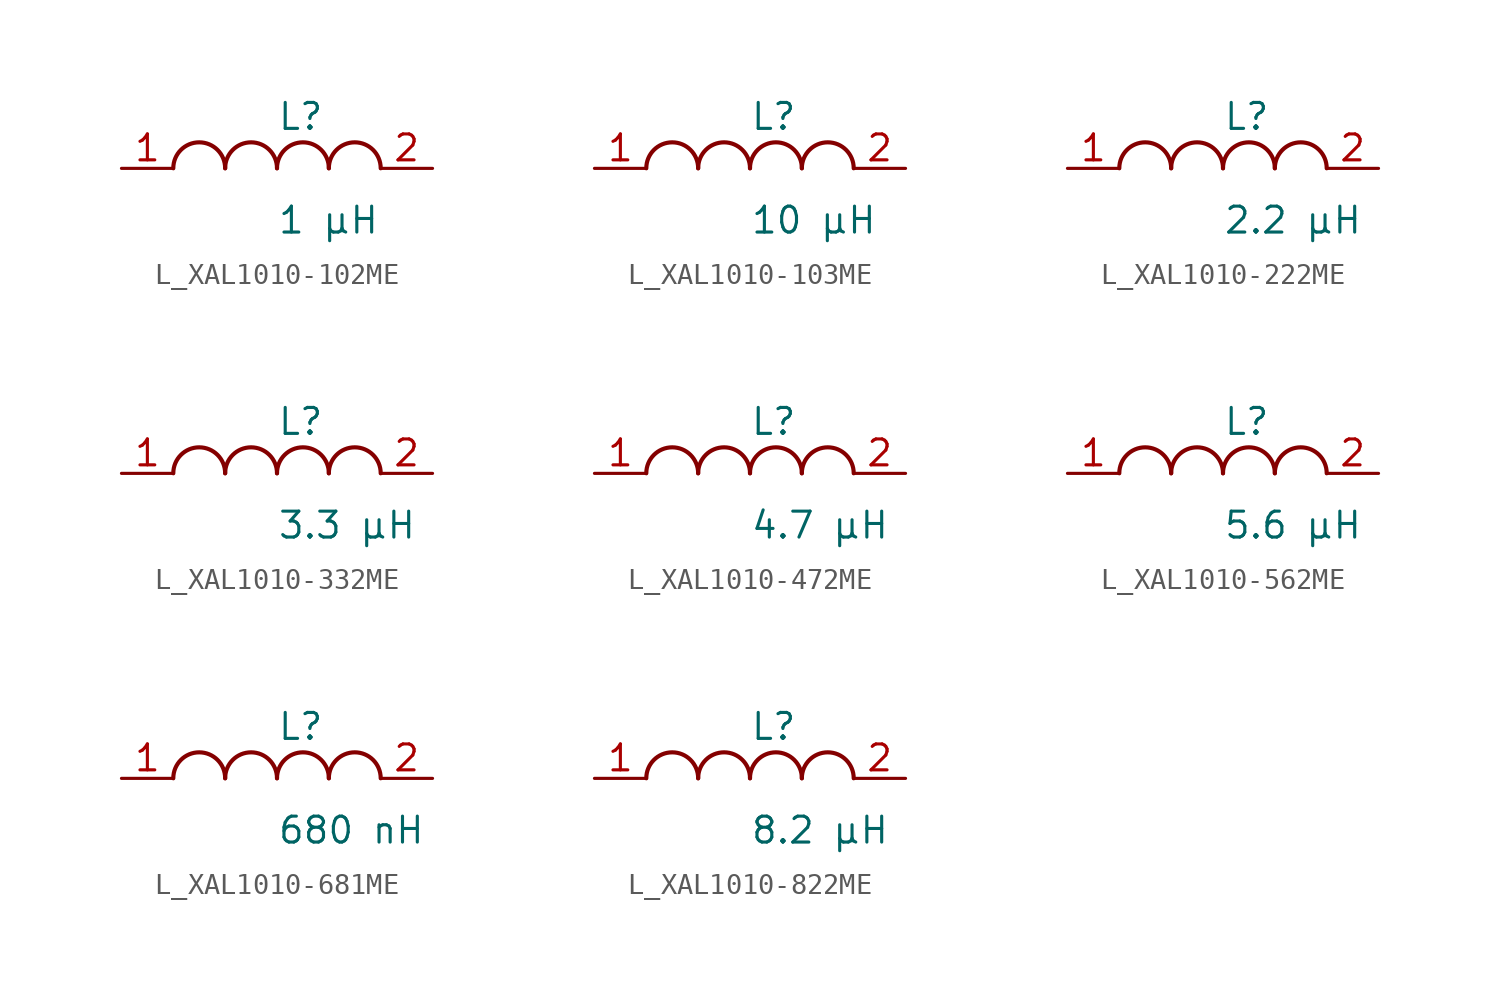
<source format=kicad_sym>
(kicad_symbol_lib
  (version 20231120)
  (generator kicad_symbol_editor)
  (generator_version 8.0)
  (symbol "L_XAL1010-102ME"
    (pin_names
      (offset 0.254))
    (property "Reference" "L"
      (at 0 2.54 0)
      (effects (font (size 1.27 1.27)) (justify left)))
    (property "Value" "1 µH"
      (at 0 -2.54 0)
      (effects (font (size 1.27 1.27)) (justify left)))
    (symbol "L_XAL1010-102ME_1_1"
      (arc (start -2.54 0.0056) (mid -3.81 1.27) (end -5.08 0.0056) (stroke (width 0.2032) (type default)) (fill (type none)))
      (arc (start 0 0.0056) (mid -1.27 1.27) (end -2.54 0.0056) (stroke (width 0.2032) (type default)) (fill (type none)))
      (arc (start 2.54 0.0056) (mid 1.27 1.27) (end 0 0.0056) (stroke (width 0.2032) (type default)) (fill (type none)))
      (arc (start 5.08 0.0056) (mid 3.81 1.27) (end 2.54 0.0056) (stroke (width 0.2032) (type default)) (fill (type none)))
      (pin unspecified line (at -7.62 0 0) (length 2.54) (name "" (effects (font (size 1.27 1.27)))) (number "1" (effects (font (size 1.27 1.27)))))
      (pin unspecified line (at 7.62 0 180) (length 2.54) (name "" (effects (font (size 1.27 1.27)))) (number "2" (effects (font (size 1.27 1.27)))))))
  (symbol "L_XAL1010-103ME"
    (pin_names
      (offset 0.254))
    (property "Reference" "L"
      (at 0 2.54 0)
      (effects (font (size 1.27 1.27)) (justify left)))
    (property "Value" "10 µH"
      (at 0 -2.54 0)
      (effects (font (size 1.27 1.27)) (justify left)))
    (symbol "L_XAL1010-103ME_1_1"
      (arc (start -2.54 0.0056) (mid -3.81 1.27) (end -5.08 0.0056) (stroke (width 0.2032) (type default)) (fill (type none)))
      (arc (start 0 0.0056) (mid -1.27 1.27) (end -2.54 0.0056) (stroke (width 0.2032) (type default)) (fill (type none)))
      (arc (start 2.54 0.0056) (mid 1.27 1.27) (end 0 0.0056) (stroke (width 0.2032) (type default)) (fill (type none)))
      (arc (start 5.08 0.0056) (mid 3.81 1.27) (end 2.54 0.0056) (stroke (width 0.2032) (type default)) (fill (type none)))
      (pin unspecified line (at -7.62 0 0) (length 2.54) (name "" (effects (font (size 1.27 1.27)))) (number "1" (effects (font (size 1.27 1.27)))))
      (pin unspecified line (at 7.62 0 180) (length 2.54) (name "" (effects (font (size 1.27 1.27)))) (number "2" (effects (font (size 1.27 1.27)))))))
  (symbol "L_XAL1010-222ME"
    (pin_names
      (offset 0.254))
    (property "Reference" "L"
      (at 0 2.54 0)
      (effects (font (size 1.27 1.27)) (justify left)))
    (property "Value" "2.2 µH"
      (at 0 -2.54 0)
      (effects (font (size 1.27 1.27)) (justify left)))
    (symbol "L_XAL1010-222ME_1_1"
      (arc (start -2.54 0.0056) (mid -3.81 1.27) (end -5.08 0.0056) (stroke (width 0.2032) (type default)) (fill (type none)))
      (arc (start 0 0.0056) (mid -1.27 1.27) (end -2.54 0.0056) (stroke (width 0.2032) (type default)) (fill (type none)))
      (arc (start 2.54 0.0056) (mid 1.27 1.27) (end 0 0.0056) (stroke (width 0.2032) (type default)) (fill (type none)))
      (arc (start 5.08 0.0056) (mid 3.81 1.27) (end 2.54 0.0056) (stroke (width 0.2032) (type default)) (fill (type none)))
      (pin unspecified line (at -7.62 0 0) (length 2.54) (name "" (effects (font (size 1.27 1.27)))) (number "1" (effects (font (size 1.27 1.27)))))
      (pin unspecified line (at 7.62 0 180) (length 2.54) (name "" (effects (font (size 1.27 1.27)))) (number "2" (effects (font (size 1.27 1.27)))))))
  (symbol "L_XAL1010-332ME"
    (pin_names
      (offset 0.254))
    (property "Reference" "L"
      (at 0 2.54 0)
      (effects (font (size 1.27 1.27)) (justify left)))
    (property "Value" "3.3 µH"
      (at 0 -2.54 0)
      (effects (font (size 1.27 1.27)) (justify left)))
    (symbol "L_XAL1010-332ME_1_1"
      (arc (start -2.54 0.0056) (mid -3.81 1.27) (end -5.08 0.0056) (stroke (width 0.2032) (type default)) (fill (type none)))
      (arc (start 0 0.0056) (mid -1.27 1.27) (end -2.54 0.0056) (stroke (width 0.2032) (type default)) (fill (type none)))
      (arc (start 2.54 0.0056) (mid 1.27 1.27) (end 0 0.0056) (stroke (width 0.2032) (type default)) (fill (type none)))
      (arc (start 5.08 0.0056) (mid 3.81 1.27) (end 2.54 0.0056) (stroke (width 0.2032) (type default)) (fill (type none)))
      (pin unspecified line (at -7.62 0 0) (length 2.54) (name "" (effects (font (size 1.27 1.27)))) (number "1" (effects (font (size 1.27 1.27)))))
      (pin unspecified line (at 7.62 0 180) (length 2.54) (name "" (effects (font (size 1.27 1.27)))) (number "2" (effects (font (size 1.27 1.27)))))))
  (symbol "L_XAL1010-472ME"
    (pin_names
      (offset 0.254))
    (property "Reference" "L"
      (at 0 2.54 0)
      (effects (font (size 1.27 1.27)) (justify left)))
    (property "Value" "4.7 µH"
      (at 0 -2.54 0)
      (effects (font (size 1.27 1.27)) (justify left)))
    (symbol "L_XAL1010-472ME_1_1"
      (arc (start -2.54 0.0056) (mid -3.81 1.27) (end -5.08 0.0056) (stroke (width 0.2032) (type default)) (fill (type none)))
      (arc (start 0 0.0056) (mid -1.27 1.27) (end -2.54 0.0056) (stroke (width 0.2032) (type default)) (fill (type none)))
      (arc (start 2.54 0.0056) (mid 1.27 1.27) (end 0 0.0056) (stroke (width 0.2032) (type default)) (fill (type none)))
      (arc (start 5.08 0.0056) (mid 3.81 1.27) (end 2.54 0.0056) (stroke (width 0.2032) (type default)) (fill (type none)))
      (pin unspecified line (at -7.62 0 0) (length 2.54) (name "" (effects (font (size 1.27 1.27)))) (number "1" (effects (font (size 1.27 1.27)))))
      (pin unspecified line (at 7.62 0 180) (length 2.54) (name "" (effects (font (size 1.27 1.27)))) (number "2" (effects (font (size 1.27 1.27)))))))
  (symbol "L_XAL1010-562ME"
    (pin_names
      (offset 0.254))
    (property "Reference" "L"
      (at 0 2.54 0)
      (effects (font (size 1.27 1.27)) (justify left)))
    (property "Value" "5.6 µH"
      (at 0 -2.54 0)
      (effects (font (size 1.27 1.27)) (justify left)))
    (symbol "L_XAL1010-562ME_1_1"
      (arc (start -2.54 0.0056) (mid -3.81 1.27) (end -5.08 0.0056) (stroke (width 0.2032) (type default)) (fill (type none)))
      (arc (start 0 0.0056) (mid -1.27 1.27) (end -2.54 0.0056) (stroke (width 0.2032) (type default)) (fill (type none)))
      (arc (start 2.54 0.0056) (mid 1.27 1.27) (end 0 0.0056) (stroke (width 0.2032) (type default)) (fill (type none)))
      (arc (start 5.08 0.0056) (mid 3.81 1.27) (end 2.54 0.0056) (stroke (width 0.2032) (type default)) (fill (type none)))
      (pin unspecified line (at -7.62 0 0) (length 2.54) (name "" (effects (font (size 1.27 1.27)))) (number "1" (effects (font (size 1.27 1.27)))))
      (pin unspecified line (at 7.62 0 180) (length 2.54) (name "" (effects (font (size 1.27 1.27)))) (number "2" (effects (font (size 1.27 1.27)))))))
  (symbol "L_XAL1010-681ME"
    (pin_names
      (offset 0.254))
    (property "Reference" "L"
      (at 0 2.54 0)
      (effects (font (size 1.27 1.27)) (justify left)))
    (property "Value" "680 nH"
      (at 0 -2.54 0)
      (effects (font (size 1.27 1.27)) (justify left)))
    (symbol "L_XAL1010-681ME_1_1"
      (arc (start -2.54 0.0056) (mid -3.81 1.27) (end -5.08 0.0056) (stroke (width 0.2032) (type default)) (fill (type none)))
      (arc (start 0 0.0056) (mid -1.27 1.27) (end -2.54 0.0056) (stroke (width 0.2032) (type default)) (fill (type none)))
      (arc (start 2.54 0.0056) (mid 1.27 1.27) (end 0 0.0056) (stroke (width 0.2032) (type default)) (fill (type none)))
      (arc (start 5.08 0.0056) (mid 3.81 1.27) (end 2.54 0.0056) (stroke (width 0.2032) (type default)) (fill (type none)))
      (pin unspecified line (at -7.62 0 0) (length 2.54) (name "" (effects (font (size 1.27 1.27)))) (number "1" (effects (font (size 1.27 1.27)))))
      (pin unspecified line (at 7.62 0 180) (length 2.54) (name "" (effects (font (size 1.27 1.27)))) (number "2" (effects (font (size 1.27 1.27)))))))
  (symbol "L_XAL1010-822ME"
    (pin_names
      (offset 0.254))
    (property "Reference" "L"
      (at 0 2.54 0)
      (effects (font (size 1.27 1.27)) (justify left)))
    (property "Value" "8.2 µH"
      (at 0 -2.54 0)
      (effects (font (size 1.27 1.27)) (justify left)))
    (symbol "L_XAL1010-822ME_1_1"
      (arc (start -2.54 0.0056) (mid -3.81 1.27) (end -5.08 0.0056) (stroke (width 0.2032) (type default)) (fill (type none)))
      (arc (start 0 0.0056) (mid -1.27 1.27) (end -2.54 0.0056) (stroke (width 0.2032) (type default)) (fill (type none)))
      (arc (start 2.54 0.0056) (mid 1.27 1.27) (end 0 0.0056) (stroke (width 0.2032) (type default)) (fill (type none)))
      (arc (start 5.08 0.0056) (mid 3.81 1.27) (end 2.54 0.0056) (stroke (width 0.2032) (type default)) (fill (type none)))
      (pin unspecified line (at -7.62 0 0) (length 2.54) (name "" (effects (font (size 1.27 1.27)))) (number "1" (effects (font (size 1.27 1.27)))))
      (pin unspecified line (at 7.62 0 180) (length 2.54) (name "" (effects (font (size 1.27 1.27)))) (number "2" (effects (font (size 1.27 1.27))))))))
</source>
